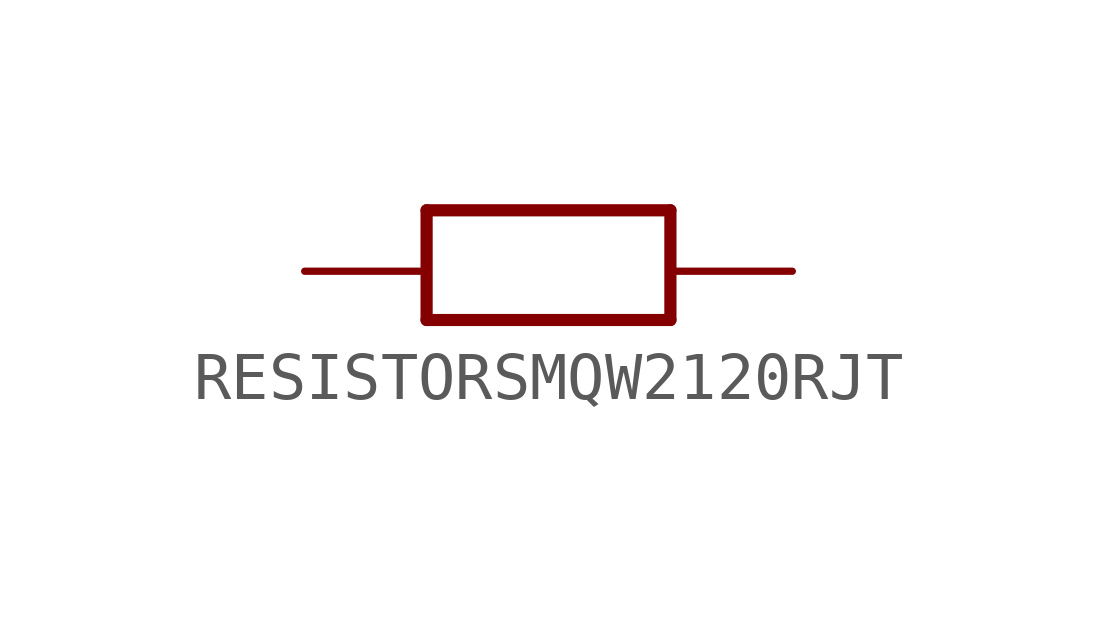
<source format=kicad_sym>
(kicad_symbol_lib
  (version 20231120)
  (generator "kicad_symbol_editor")
  (generator_version "8.0")
  (symbol "RESISTORSMQW2120RJT"
    (property "Reference" ""
      (at 4.064 1.905 0)
      (effects (font (size 1.27 1.079)) (justify left bottom) (hide yes)))
    (property "Value" ""
      (at 4.064 -0.381 0)
      (effects (font (size 1.27 1.079)) (justify left bottom)))
    (property "ki_locked" ""
      (at 0 0 0)
      (effects (font (size 1.27 1.27))))
    (symbol "RESISTORSMQW2120RJT_1_0"
      (polyline (pts (xy 2.54 -1.016) (xy 7.62 -1.016)) (stroke (width 0.254) (type solid)) (fill (type none)))
      (polyline (pts (xy 2.54 1.27) (xy 2.54 -1.016)) (stroke (width 0.254) (type solid)) (fill (type none)))
      (polyline (pts (xy 7.62 -1.016) (xy 7.62 1.27)) (stroke (width 0.254) (type solid)) (fill (type none)))
      (polyline (pts (xy 7.62 1.27) (xy 2.54 1.27)) (stroke (width 0.254) (type solid)) (fill (type none)))
      (pin bidirectional line (at 0 0 0) (length 2.54) (name "P$1" (effects (font (size 0 0)))) (number "P$1" (effects (font (size 0 0)))))
      (pin bidirectional line (at 10.16 0 180) (length 2.54) (name "P$2" (effects (font (size 0 0)))) (number "P$2" (effects (font (size 0 0))))))))
</source>
